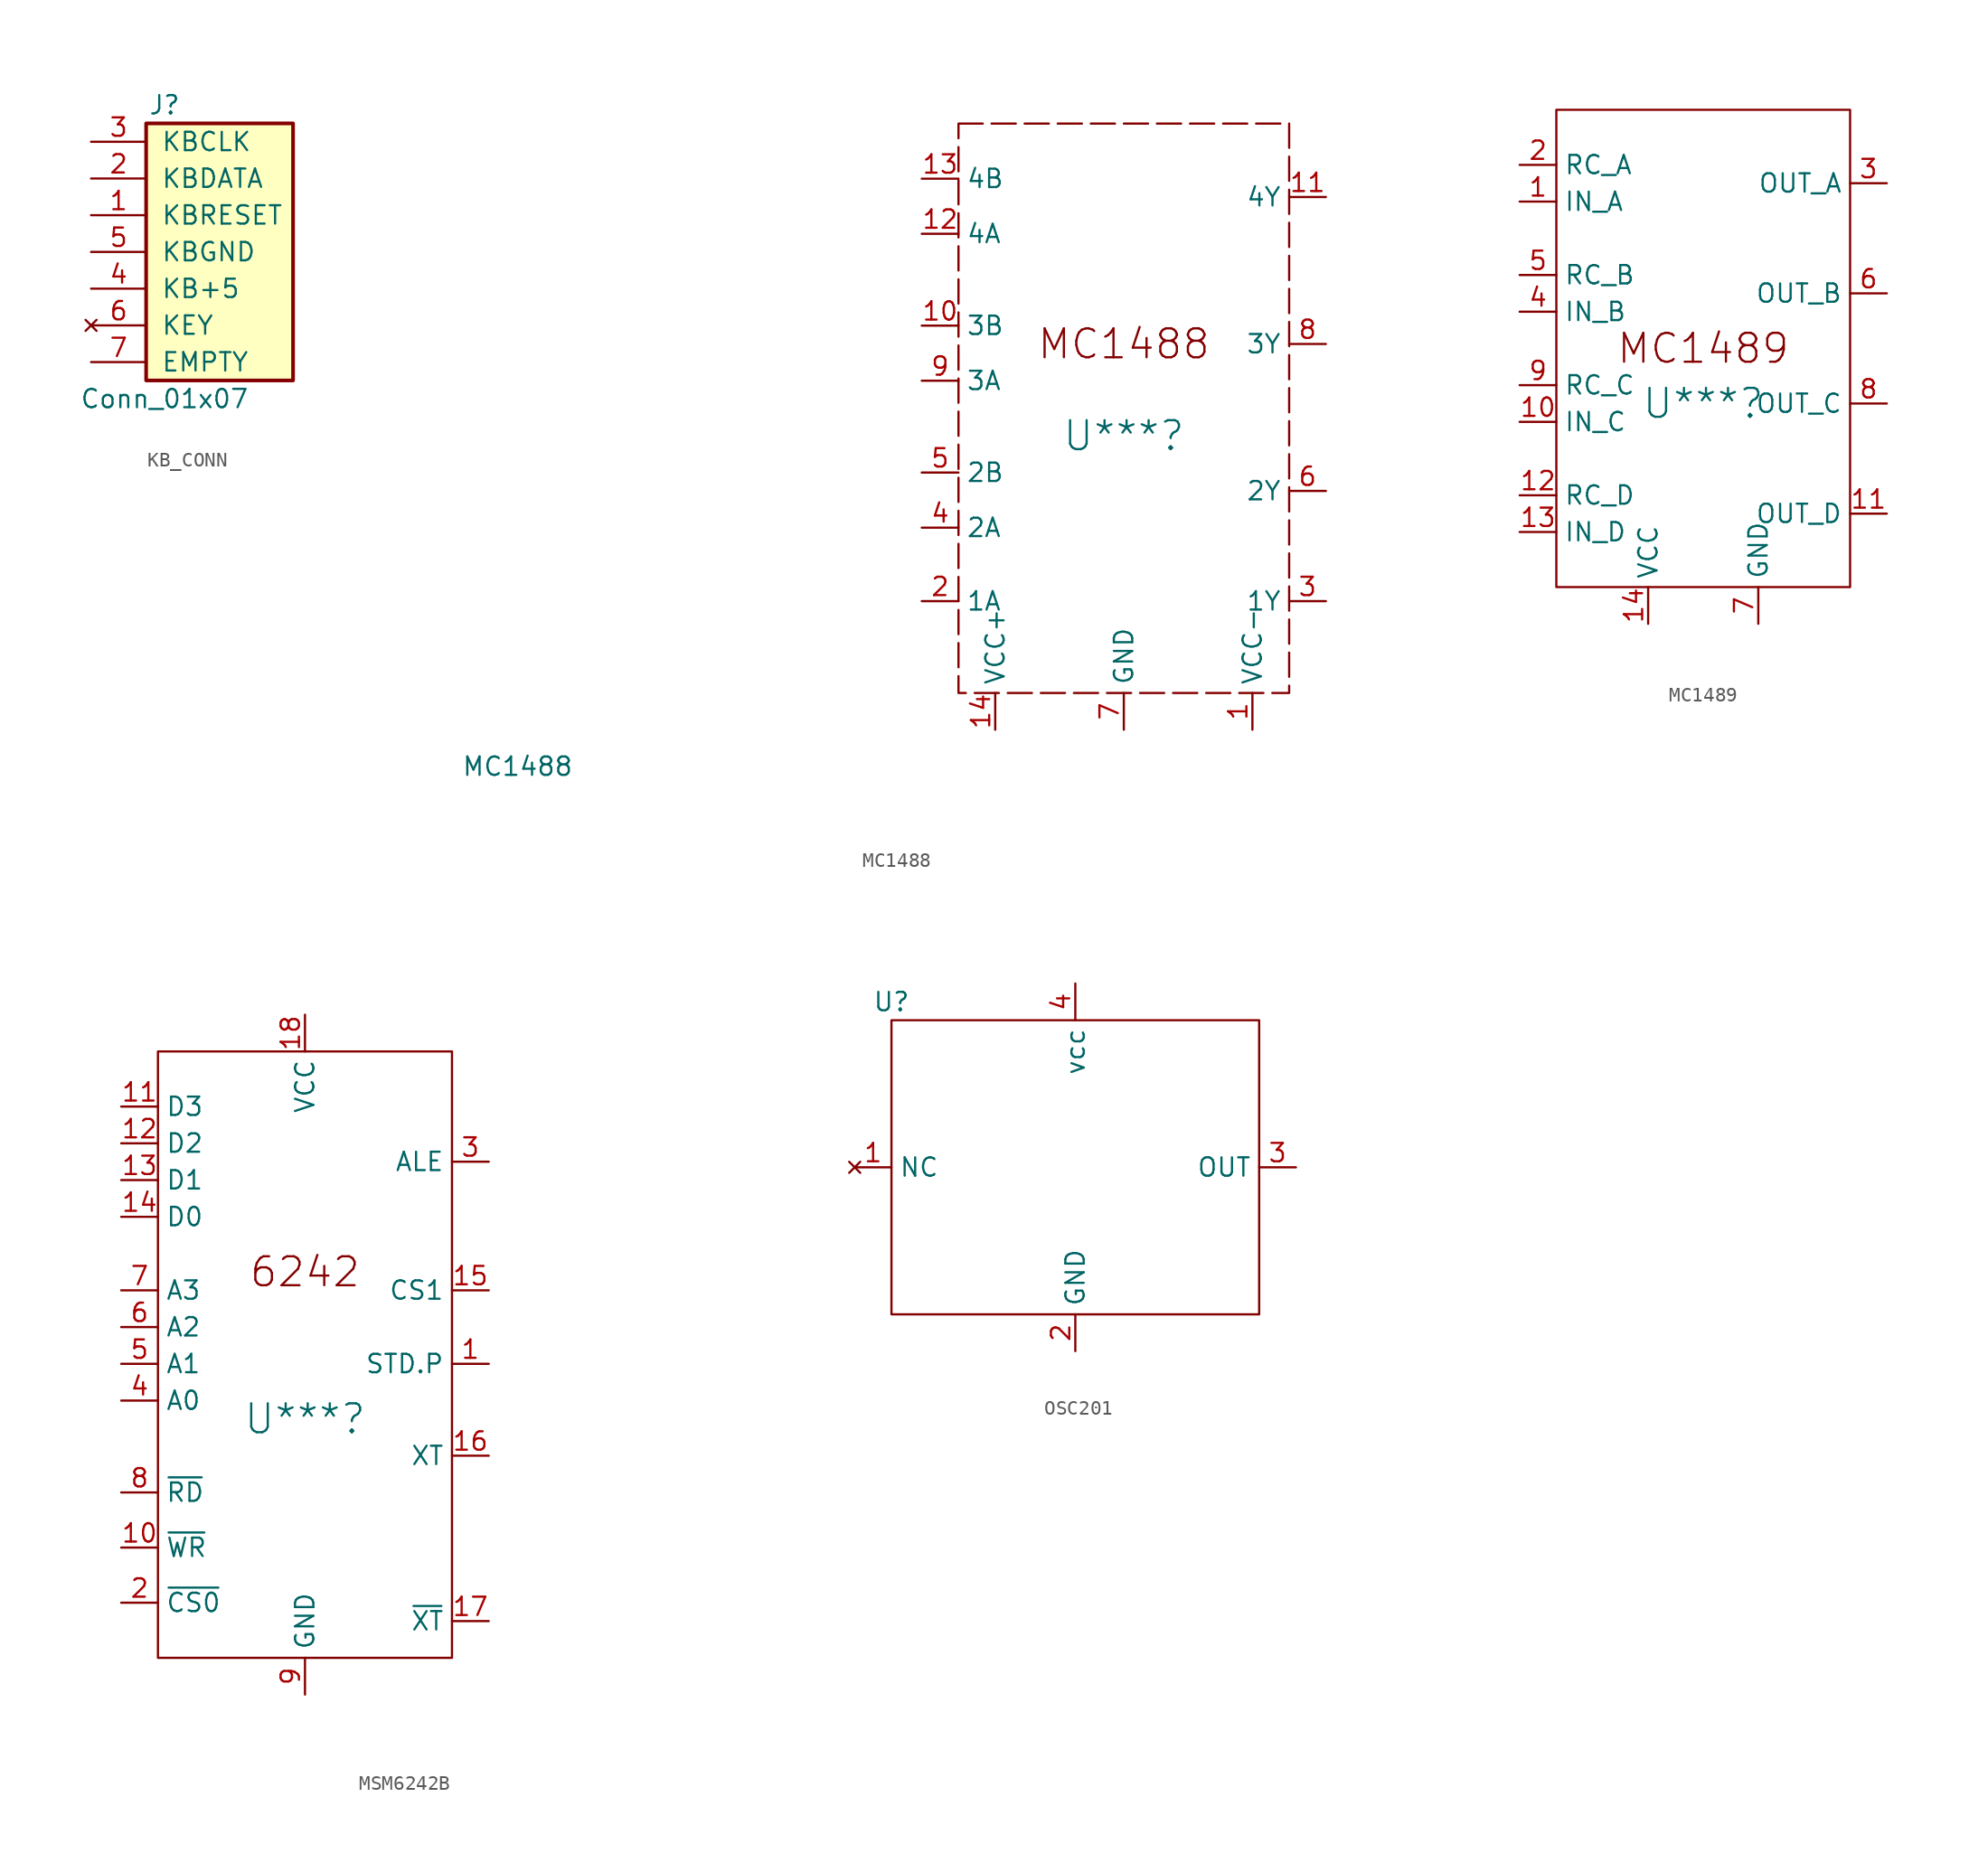
<source format=kicad_sym>
(kicad_symbol_lib
  (version 20220914)
  (generator kicad_symbol_editor)
  (symbol "KB_CONN"
    (pin_names
      (offset 1.016))
    (property "Reference" "J"
      (at 0 10.16 0)
      (effects (font (size 1.27 1.27))))
    (property "Value" "Conn_01x07"
      (at 0 -10.16 0)
      (effects (font (size 1.27 1.27))))
    (symbol "KB_CONN_1_1"
      (rectangle (start -1.27 8.89) (end 8.89 -8.89) (stroke (width 0.254) (type default)) (fill (type background)))
      (pin passive line (at -5.08 2.54 0) (length 3.81) (name "KBRESET" (effects (font (size 1.27 1.27)))) (number "1" (effects (font (size 1.27 1.27)))))
      (pin passive line (at -5.08 5.08 0) (length 3.81) (name "KBDATA" (effects (font (size 1.27 1.27)))) (number "2" (effects (font (size 1.27 1.27)))))
      (pin passive line (at -5.08 7.62 0) (length 3.81) (name "KBCLK" (effects (font (size 1.27 1.27)))) (number "3" (effects (font (size 1.27 1.27)))))
      (pin passive line (at -5.08 -2.54 0) (length 3.81) (name "KB+5" (effects (font (size 1.27 1.27)))) (number "4" (effects (font (size 1.27 1.27)))))
      (pin passive line (at -5.08 0 0) (length 3.81) (name "KBGND" (effects (font (size 1.27 1.27)))) (number "5" (effects (font (size 1.27 1.27)))))
      (pin no_connect line (at -5.08 -5.08 0) (length 3.81) (name "KEY" (effects (font (size 1.27 1.27)))) (number "6" (effects (font (size 1.27 1.27)))))
      (pin passive line (at -5.08 -7.62 0) (length 3.81) (name "EMPTY" (effects (font (size 1.27 1.27)))) (number "7" (effects (font (size 1.27 1.27)))))))
  (symbol "MC1488"
    (property "Reference" "U***"
      (at 0 -2.54 0)
      (effects (font (size 2 2))))
    (property "Value" "MC1488"
      (at -41.91 -25.4 0)
      (effects (font (size 1.27 1.27))))
    (symbol "MC1488_0_0"
      (pin power_in line (at 8.89 -22.86 90) (length 2.54) (name "VCC-" (effects (font (size 1.27 1.27)))) (number "1" (effects (font (size 1.27 1.27)))))
      (pin input line (at -13.97 5.08 0) (length 2.54) (name "3B" (effects (font (size 1.27 1.27)))) (number "10" (effects (font (size 1.27 1.27)))))
      (pin output line (at 13.97 13.97 180) (length 2.54) (name "4Y" (effects (font (size 1.27 1.27)))) (number "11" (effects (font (size 1.27 1.27)))))
      (pin input line (at -13.97 11.43 0) (length 2.54) (name "4A" (effects (font (size 1.27 1.27)))) (number "12" (effects (font (size 1.27 1.27)))))
      (pin input line (at -13.97 15.24 0) (length 2.54) (name "4B" (effects (font (size 1.27 1.27)))) (number "13" (effects (font (size 1.27 1.27)))))
      (pin power_in line (at -8.89 -22.86 90) (length 2.54) (name "VCC+" (effects (font (size 1.27 1.27)))) (number "14" (effects (font (size 1.27 1.27)))))
      (pin input line (at -13.97 -13.97 0) (length 2.54) (name "1A" (effects (font (size 1.27 1.27)))) (number "2" (effects (font (size 1.27 1.27)))))
      (pin output line (at 13.97 -13.97 180) (length 2.54) (name "1Y" (effects (font (size 1.27 1.27)))) (number "3" (effects (font (size 1.27 1.27)))))
      (pin input line (at -13.97 -8.89 0) (length 2.54) (name "2A" (effects (font (size 1.27 1.27)))) (number "4" (effects (font (size 1.27 1.27)))))
      (pin input line (at -13.97 -5.08 0) (length 2.54) (name "2B" (effects (font (size 1.27 1.27)))) (number "5" (effects (font (size 1.27 1.27)))))
      (pin output line (at 13.97 -6.35 180) (length 2.54) (name "2Y" (effects (font (size 1.27 1.27)))) (number "6" (effects (font (size 1.27 1.27)))))
      (pin power_in line (at 0 -22.86 90) (length 2.54) (name "GND" (effects (font (size 1.27 1.27)))) (number "7" (effects (font (size 1.27 1.27)))))
      (pin output line (at 13.97 3.81 180) (length 2.54) (name "3Y" (effects (font (size 1.27 1.27)))) (number "8" (effects (font (size 1.27 1.27)))))
      (pin input line (at -13.97 1.27 0) (length 2.54) (name "3A" (effects (font (size 1.27 1.27)))) (number "9" (effects (font (size 1.27 1.27))))))
    (symbol "MC1488_1_1"
      (rectangle (start -11.43 19.05) (end 11.43 -20.32) (stroke (width 0) (type dash)) (fill (type none)))
      (text "MC1488" (at 0 3.81 0) (effects (font (size 2 2))))))
  (symbol "MC1489"
    (property "Reference" "U***"
      (at 0 -3.81 0)
      (effects (font (size 2 2))))
    (symbol "MC1489_0_0"
      (pin input line (at -12.7 10.16 0) (length 2.54) (name "IN_A" (effects (font (size 1.27 1.27)))) (number "1" (effects (font (size 1.27 1.27)))))
      (pin input line (at -12.7 -5.08 0) (length 2.54) (name "IN_C" (effects (font (size 1.27 1.27)))) (number "10" (effects (font (size 1.27 1.27)))))
      (pin output line (at 12.7 -11.43 180) (length 2.54) (name "OUT_D" (effects (font (size 1.27 1.27)))) (number "11" (effects (font (size 1.27 1.27)))))
      (pin input line (at -12.7 -10.16 0) (length 2.54) (name "RC_D" (effects (font (size 1.27 1.27)))) (number "12" (effects (font (size 1.27 1.27)))))
      (pin input line (at -12.7 -12.7 0) (length 2.54) (name "IN_D" (effects (font (size 1.27 1.27)))) (number "13" (effects (font (size 1.27 1.27)))))
      (pin power_in line (at -3.81 -19.05 90) (length 2.54) (name "VCC" (effects (font (size 1.27 1.27)))) (number "14" (effects (font (size 1.27 1.27)))))
      (pin input line (at -12.7 12.7 0) (length 2.54) (name "RC_A" (effects (font (size 1.27 1.27)))) (number "2" (effects (font (size 1.27 1.27)))))
      (pin output line (at 12.7 11.43 180) (length 2.54) (name "OUT_A" (effects (font (size 1.27 1.27)))) (number "3" (effects (font (size 1.27 1.27)))))
      (pin input line (at -12.7 2.54 0) (length 2.54) (name "IN_B" (effects (font (size 1.27 1.27)))) (number "4" (effects (font (size 1.27 1.27)))))
      (pin input line (at -12.7 5.08 0) (length 2.54) (name "RC_B" (effects (font (size 1.27 1.27)))) (number "5" (effects (font (size 1.27 1.27)))))
      (pin output line (at 12.7 3.81 180) (length 2.54) (name "OUT_B" (effects (font (size 1.27 1.27)))) (number "6" (effects (font (size 1.27 1.27)))))
      (pin power_in line (at 3.81 -19.05 90) (length 2.54) (name "GND" (effects (font (size 1.27 1.27)))) (number "7" (effects (font (size 1.27 1.27)))))
      (pin output line (at 12.7 -3.81 180) (length 2.54) (name "OUT_C" (effects (font (size 1.27 1.27)))) (number "8" (effects (font (size 1.27 1.27)))))
      (pin input line (at -12.7 -2.54 0) (length 2.54) (name "RC_C" (effects (font (size 1.27 1.27)))) (number "9" (effects (font (size 1.27 1.27))))))
    (symbol "MC1489_0_1"
      (rectangle (start -10.16 16.51) (end 10.16 -16.51) (stroke (width 0) (type default)) (fill (type none))))
    (symbol "MC1489_1_1"
      (text "MC1489" (at 0 0 0) (effects (font (size 2 2))))))
  (symbol "MSM6242B"
    (property "Reference" "U***"
      (at 0 -5.08 0)
      (effects (font (size 2 2))))
    (property "Value" ""
      (at 26.67 21.59 0)
      (effects (font (size 1.27 1.27))))
    (symbol "MSM6242B_0_0"
      (pin input line (at 12.7 -1.27 180) (length 2.54) (name "STD.P" (effects (font (size 1.27 1.27)))) (number "1" (effects (font (size 1.27 1.27)))))
      (pin input line (at -12.7 -13.97 0) (length 2.54) (name "~{WR}" (effects (font (size 1.27 1.27)))) (number "10" (effects (font (size 1.27 1.27)))))
      (pin bidirectional line (at -12.7 16.51 0) (length 2.54) (name "D3" (effects (font (size 1.27 1.27)))) (number "11" (effects (font (size 1.27 1.27)))))
      (pin bidirectional line (at -12.7 13.97 0) (length 2.54) (name "D2" (effects (font (size 1.27 1.27)))) (number "12" (effects (font (size 1.27 1.27)))))
      (pin bidirectional line (at -12.7 11.43 0) (length 2.54) (name "D1" (effects (font (size 1.27 1.27)))) (number "13" (effects (font (size 1.27 1.27)))))
      (pin bidirectional line (at -12.7 8.89 0) (length 2.54) (name "D0" (effects (font (size 1.27 1.27)))) (number "14" (effects (font (size 1.27 1.27)))))
      (pin input line (at 12.7 3.81 180) (length 2.54) (name "CS1" (effects (font (size 1.27 1.27)))) (number "15" (effects (font (size 1.27 1.27)))))
      (pin passive line (at 12.7 -7.62 180) (length 2.54) (name "XT" (effects (font (size 1.27 1.27)))) (number "16" (effects (font (size 1.27 1.27)))))
      (pin passive line (at 12.7 -19.05 180) (length 2.54) (name "~{XT}" (effects (font (size 1.27 1.27)))) (number "17" (effects (font (size 1.27 1.27)))))
      (pin input line (at -12.7 -17.78 0) (length 2.54) (name "~{CS0}" (effects (font (size 1.27 1.27)))) (number "2" (effects (font (size 1.27 1.27)))))
      (pin input line (at 12.7 12.7 180) (length 2.54) (name "ALE" (effects (font (size 1.27 1.27)))) (number "3" (effects (font (size 1.27 1.27)))))
      (pin input line (at -12.7 -3.81 0) (length 2.54) (name "A0" (effects (font (size 1.27 1.27)))) (number "4" (effects (font (size 1.27 1.27)))))
      (pin input line (at -12.7 -1.27 0) (length 2.54) (name "A1" (effects (font (size 1.27 1.27)))) (number "5" (effects (font (size 1.27 1.27)))))
      (pin input line (at -12.7 1.27 0) (length 2.54) (name "A2" (effects (font (size 1.27 1.27)))) (number "6" (effects (font (size 1.27 1.27)))))
      (pin input line (at -12.7 3.81 0) (length 2.54) (name "A3" (effects (font (size 1.27 1.27)))) (number "7" (effects (font (size 1.27 1.27)))))
      (pin input line (at -12.7 -10.16 0) (length 2.54) (name "~{RD}" (effects (font (size 1.27 1.27)))) (number "8" (effects (font (size 1.27 1.27)))))
      (pin power_in line (at 0 -24.13 90) (length 2.54) (name "GND" (effects (font (size 1.27 1.27)))) (number "9" (effects (font (size 1.27 1.27))))))
    (symbol "MSM6242B_0_1"
      (rectangle (start -10.16 20.32) (end 10.16 -21.59) (stroke (width 0) (type default)) (fill (type none))))
    (symbol "MSM6242B_1_0"
      (pin power_in line (at 0 22.86 270) (length 2.54) (name "VCC" (effects (font (size 1.27 1.27)))) (number "18" (effects (font (size 1.27 1.27))))))
    (symbol "MSM6242B_1_1"
      (text "6242" (at 0 5.08 0) (effects (font (size 2 2))))))
  (symbol "OSC201"
    (property "Reference" "U"
      (at -12.7 11.43 0)
      (effects (font (size 1.27 1.27))))
    (symbol "OSC201_0_1"
      (rectangle (start -12.7 10.16) (end 12.7 -10.16) (stroke (width 0) (type default)) (fill (type none))))
    (symbol "OSC201_1_1"
      (pin no_connect line (at -15.24 0 0) (length 2.54) (name "NC" (effects (font (size 1.27 1.27)))) (number "1" (effects (font (size 1.27 1.27)))))
      (pin power_in line (at 0 -12.7 90) (length 2.54) (name "GND" (effects (font (size 1.27 1.27)))) (number "2" (effects (font (size 1.27 1.27)))))
      (pin passive line (at 15.24 0 180) (length 2.54) (name "OUT" (effects (font (size 1.27 1.27)))) (number "3" (effects (font (size 1.27 1.27)))))
      (pin power_in line (at 0 12.7 270) (length 2.54) (name "vcc" (effects (font (size 1.27 1.27)))) (number "4" (effects (font (size 1.27 1.27))))))))
</source>
